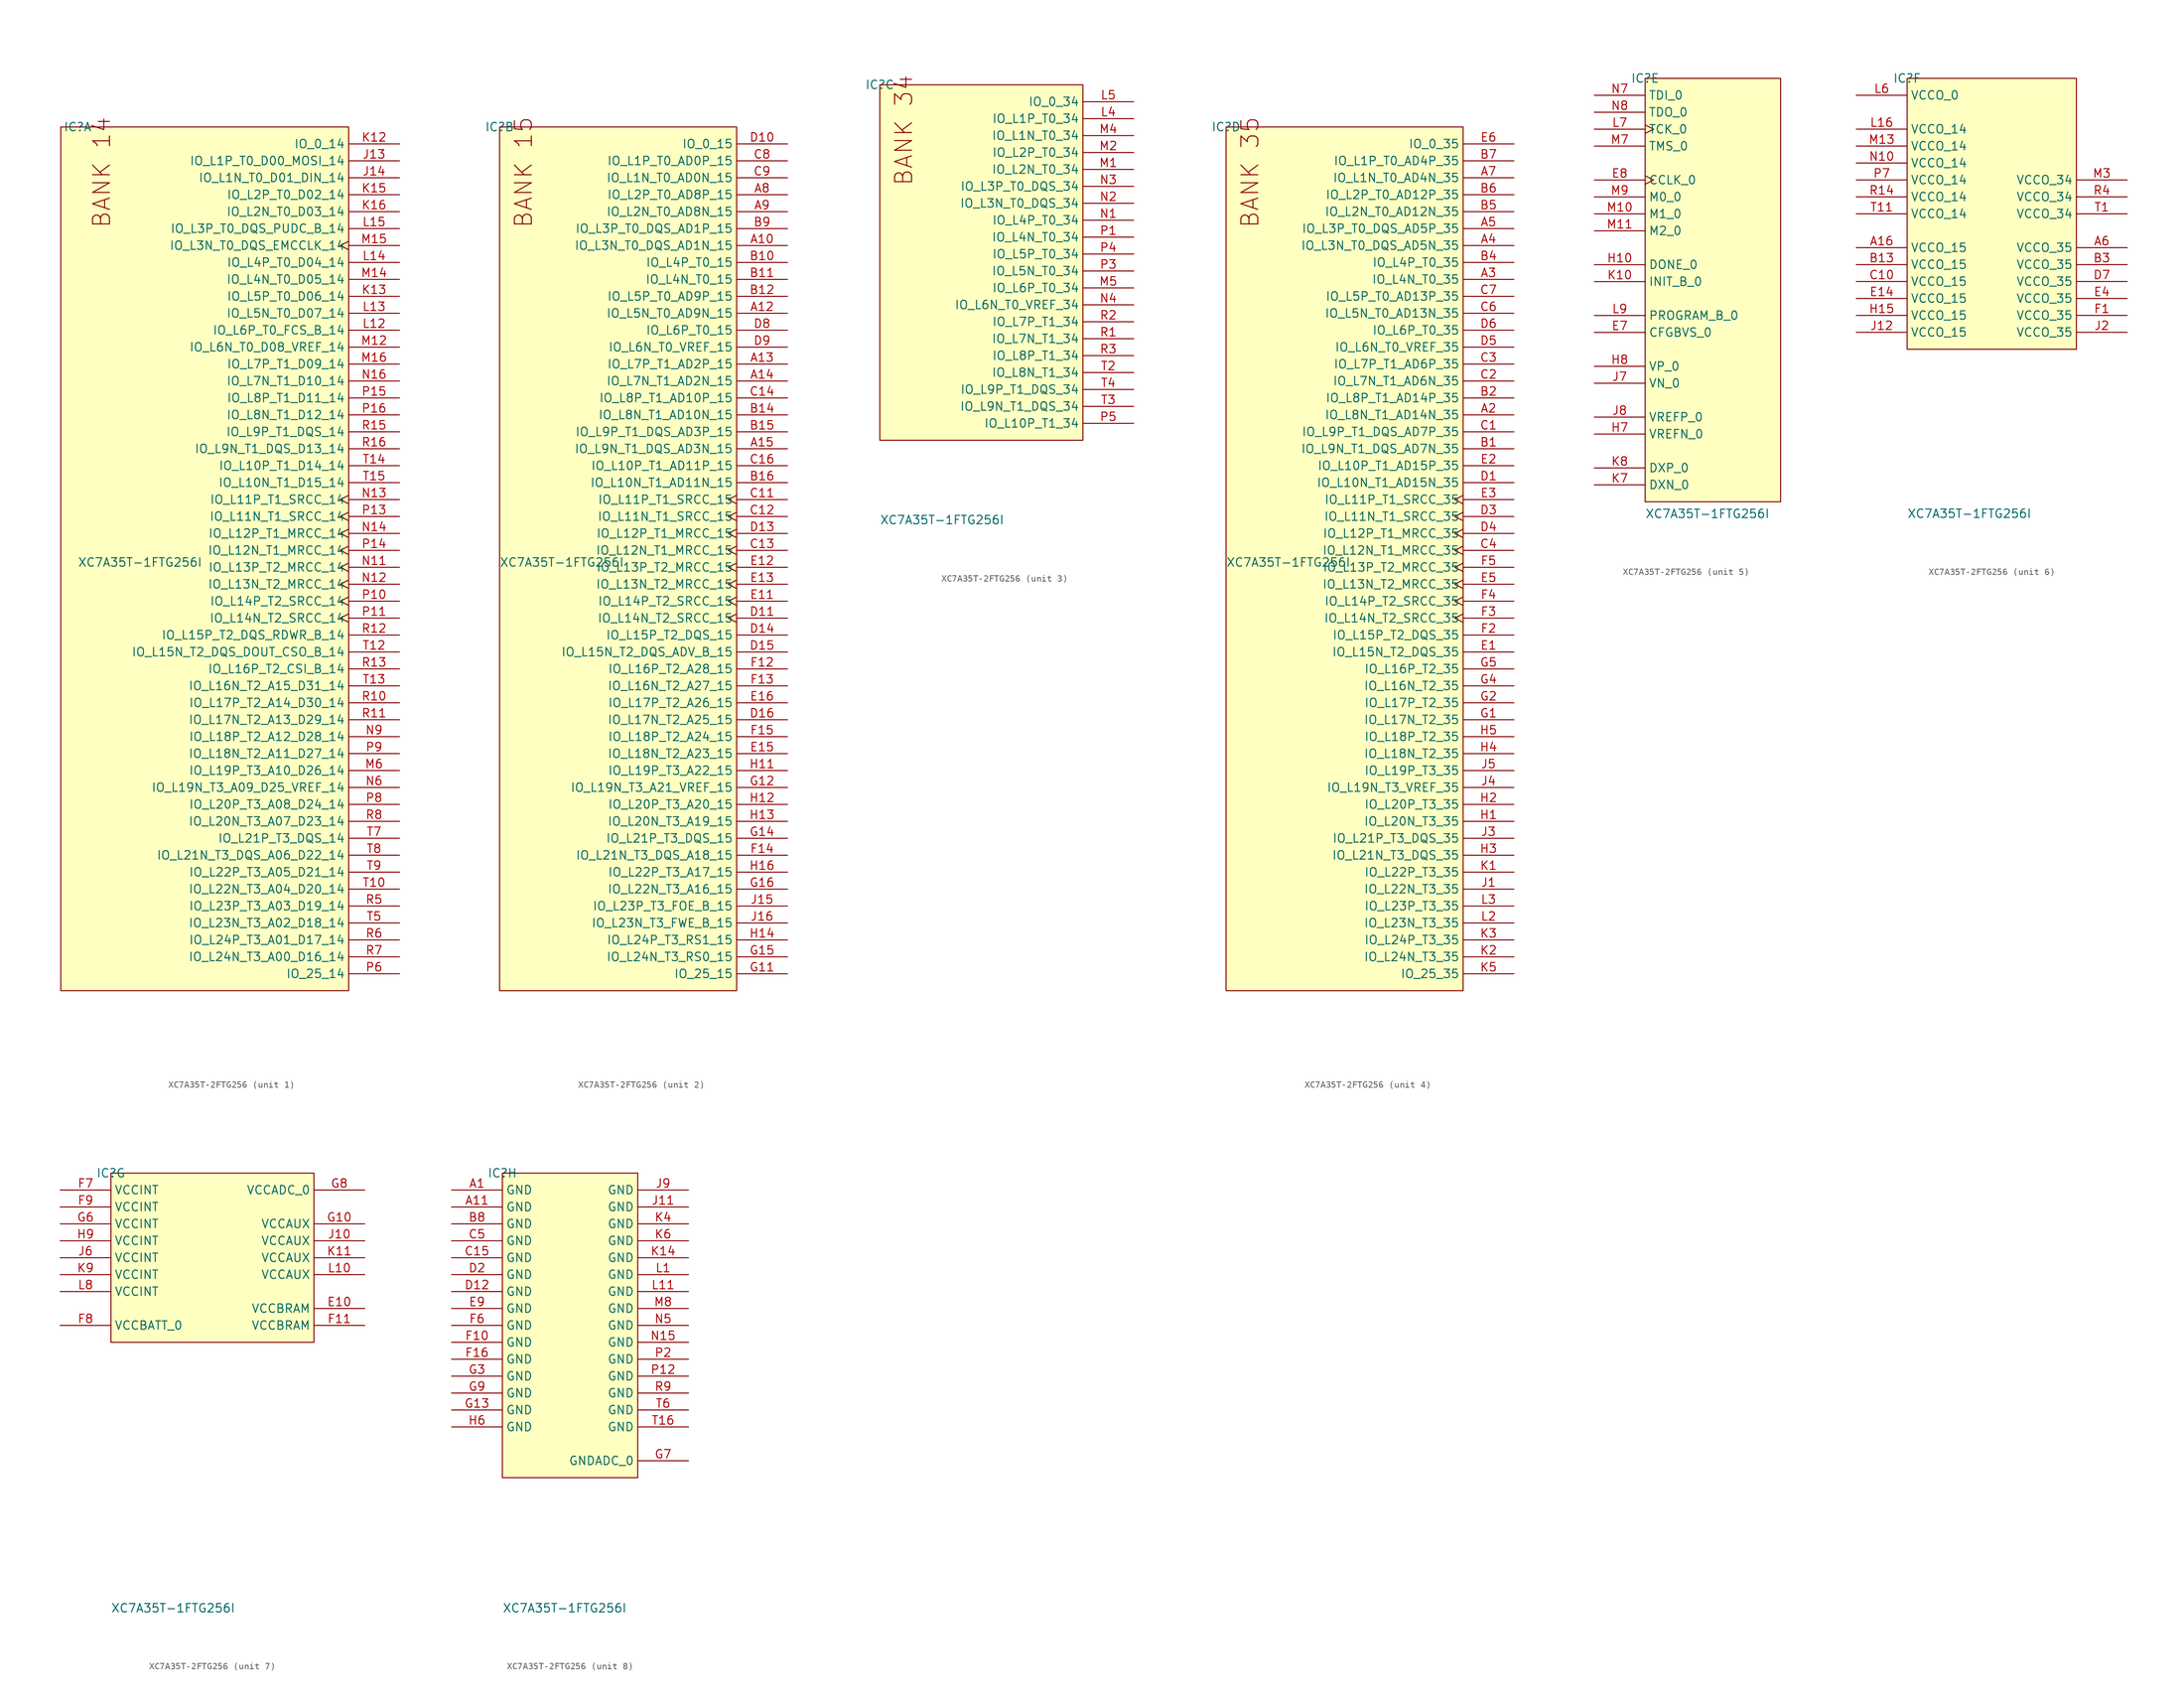
<source format=kicad_sym>
(kicad_symbol_lib
  (version 20231120)
  (generator "kicad_symbol_editor")
  (generator_version "8.0")
  (symbol "XC7A35T-2FTG256"
    (property "Reference" "IC"
      (at 0 0 0)
      (effects (font (size 1.27 1.27))))
    (property "Value" "XC7A35T-1FTG256I"
      (at 0 -66.04 0)
      (effects (font (size 1.27 1.27)) (justify left bottom)))
    (symbol "XC7A35T-2FTG256_1_0"
      (rectangle (start -2.54 0) (end 40.64 -129.54) (stroke (width 0) (type solid) (color 128 0 0 1)) (fill (type background)))
      (text "BANK 14" (at 5.08 -15.24 900) (effects (font (size 2.54 2.54)) (justify left bottom)))
      (pin bidirectional line (at 48.26 -5.08 180) (length 7.62) (name "IO_L1P_T0_D00_MOSI_14" (effects (font (size 1.27 1.27)))) (number "J13" (effects (font (size 1.27 1.27)))))
      (pin bidirectional line (at 48.26 -7.62 180) (length 7.62) (name "IO_L1N_T0_D01_DIN_14" (effects (font (size 1.27 1.27)))) (number "J14" (effects (font (size 1.27 1.27)))))
      (pin bidirectional line (at 48.26 -2.54 180) (length 7.62) (name "IO_0_14" (effects (font (size 1.27 1.27)))) (number "K12" (effects (font (size 1.27 1.27)))))
      (pin bidirectional line (at 48.26 -25.4 180) (length 7.62) (name "IO_L5P_T0_D06_14" (effects (font (size 1.27 1.27)))) (number "K13" (effects (font (size 1.27 1.27)))))
      (pin bidirectional line (at 48.26 -10.16 180) (length 7.62) (name "IO_L2P_T0_D02_14" (effects (font (size 1.27 1.27)))) (number "K15" (effects (font (size 1.27 1.27)))))
      (pin bidirectional line (at 48.26 -12.7 180) (length 7.62) (name "IO_L2N_T0_D03_14" (effects (font (size 1.27 1.27)))) (number "K16" (effects (font (size 1.27 1.27)))))
      (pin bidirectional line (at 48.26 -30.48 180) (length 7.62) (name "IO_L6P_T0_FCS_B_14" (effects (font (size 1.27 1.27)))) (number "L12" (effects (font (size 1.27 1.27)))))
      (pin bidirectional line (at 48.26 -27.94 180) (length 7.62) (name "IO_L5N_T0_D07_14" (effects (font (size 1.27 1.27)))) (number "L13" (effects (font (size 1.27 1.27)))))
      (pin bidirectional line (at 48.26 -20.32 180) (length 7.62) (name "IO_L4P_T0_D04_14" (effects (font (size 1.27 1.27)))) (number "L14" (effects (font (size 1.27 1.27)))))
      (pin bidirectional line (at 48.26 -15.24 180) (length 7.62) (name "IO_L3P_T0_DQS_PUDC_B_14" (effects (font (size 1.27 1.27)))) (number "L15" (effects (font (size 1.27 1.27)))))
      (pin bidirectional line (at 48.26 -33.02 180) (length 7.62) (name "IO_L6N_T0_D08_VREF_14" (effects (font (size 1.27 1.27)))) (number "M12" (effects (font (size 1.27 1.27)))))
      (pin bidirectional line (at 48.26 -22.86 180) (length 7.62) (name "IO_L4N_T0_D05_14" (effects (font (size 1.27 1.27)))) (number "M14" (effects (font (size 1.27 1.27)))))
      (pin bidirectional clock (at 48.26 -17.78 180) (length 7.62) (name "IO_L3N_T0_DQS_EMCCLK_14" (effects (font (size 1.27 1.27)))) (number "M15" (effects (font (size 1.27 1.27)))))
      (pin bidirectional line (at 48.26 -35.56 180) (length 7.62) (name "IO_L7P_T1_D09_14" (effects (font (size 1.27 1.27)))) (number "M16" (effects (font (size 1.27 1.27)))))
      (pin bidirectional line (at 48.26 -96.52 180) (length 7.62) (name "IO_L19P_T3_A10_D26_14" (effects (font (size 1.27 1.27)))) (number "M6" (effects (font (size 1.27 1.27)))))
      (pin bidirectional clock (at 48.26 -66.04 180) (length 7.62) (name "IO_L13P_T2_MRCC_14" (effects (font (size 1.27 1.27)))) (number "N11" (effects (font (size 1.27 1.27)))))
      (pin bidirectional clock (at 48.26 -68.58 180) (length 7.62) (name "IO_L13N_T2_MRCC_14" (effects (font (size 1.27 1.27)))) (number "N12" (effects (font (size 1.27 1.27)))))
      (pin bidirectional clock (at 48.26 -55.88 180) (length 7.62) (name "IO_L11P_T1_SRCC_14" (effects (font (size 1.27 1.27)))) (number "N13" (effects (font (size 1.27 1.27)))))
      (pin bidirectional clock (at 48.26 -60.96 180) (length 7.62) (name "IO_L12P_T1_MRCC_14" (effects (font (size 1.27 1.27)))) (number "N14" (effects (font (size 1.27 1.27)))))
      (pin bidirectional line (at 48.26 -38.1 180) (length 7.62) (name "IO_L7N_T1_D10_14" (effects (font (size 1.27 1.27)))) (number "N16" (effects (font (size 1.27 1.27)))))
      (pin bidirectional line (at 48.26 -99.06 180) (length 7.62) (name "IO_L19N_T3_A09_D25_VREF_14" (effects (font (size 1.27 1.27)))) (number "N6" (effects (font (size 1.27 1.27)))))
      (pin bidirectional line (at 48.26 -91.44 180) (length 7.62) (name "IO_L18P_T2_A12_D28_14" (effects (font (size 1.27 1.27)))) (number "N9" (effects (font (size 1.27 1.27)))))
      (pin bidirectional clock (at 48.26 -71.12 180) (length 7.62) (name "IO_L14P_T2_SRCC_14" (effects (font (size 1.27 1.27)))) (number "P10" (effects (font (size 1.27 1.27)))))
      (pin bidirectional clock (at 48.26 -73.66 180) (length 7.62) (name "IO_L14N_T2_SRCC_14" (effects (font (size 1.27 1.27)))) (number "P11" (effects (font (size 1.27 1.27)))))
      (pin bidirectional clock (at 48.26 -58.42 180) (length 7.62) (name "IO_L11N_T1_SRCC_14" (effects (font (size 1.27 1.27)))) (number "P13" (effects (font (size 1.27 1.27)))))
      (pin bidirectional clock (at 48.26 -63.5 180) (length 7.62) (name "IO_L12N_T1_MRCC_14" (effects (font (size 1.27 1.27)))) (number "P14" (effects (font (size 1.27 1.27)))))
      (pin bidirectional line (at 48.26 -40.64 180) (length 7.62) (name "IO_L8P_T1_D11_14" (effects (font (size 1.27 1.27)))) (number "P15" (effects (font (size 1.27 1.27)))))
      (pin bidirectional line (at 48.26 -43.18 180) (length 7.62) (name "IO_L8N_T1_D12_14" (effects (font (size 1.27 1.27)))) (number "P16" (effects (font (size 1.27 1.27)))))
      (pin bidirectional line (at 48.26 -127 180) (length 7.62) (name "IO_25_14" (effects (font (size 1.27 1.27)))) (number "P6" (effects (font (size 1.27 1.27)))))
      (pin bidirectional line (at 48.26 -101.6 180) (length 7.62) (name "IO_L20P_T3_A08_D24_14" (effects (font (size 1.27 1.27)))) (number "P8" (effects (font (size 1.27 1.27)))))
      (pin bidirectional line (at 48.26 -93.98 180) (length 7.62) (name "IO_L18N_T2_A11_D27_14" (effects (font (size 1.27 1.27)))) (number "P9" (effects (font (size 1.27 1.27)))))
      (pin bidirectional line (at 48.26 -86.36 180) (length 7.62) (name "IO_L17P_T2_A14_D30_14" (effects (font (size 1.27 1.27)))) (number "R10" (effects (font (size 1.27 1.27)))))
      (pin bidirectional line (at 48.26 -88.9 180) (length 7.62) (name "IO_L17N_T2_A13_D29_14" (effects (font (size 1.27 1.27)))) (number "R11" (effects (font (size 1.27 1.27)))))
      (pin bidirectional line (at 48.26 -76.2 180) (length 7.62) (name "IO_L15P_T2_DQS_RDWR_B_14" (effects (font (size 1.27 1.27)))) (number "R12" (effects (font (size 1.27 1.27)))))
      (pin bidirectional line (at 48.26 -81.28 180) (length 7.62) (name "IO_L16P_T2_CSI_B_14" (effects (font (size 1.27 1.27)))) (number "R13" (effects (font (size 1.27 1.27)))))
      (pin bidirectional line (at 48.26 -45.72 180) (length 7.62) (name "IO_L9P_T1_DQS_14" (effects (font (size 1.27 1.27)))) (number "R15" (effects (font (size 1.27 1.27)))))
      (pin bidirectional line (at 48.26 -48.26 180) (length 7.62) (name "IO_L9N_T1_DQS_D13_14" (effects (font (size 1.27 1.27)))) (number "R16" (effects (font (size 1.27 1.27)))))
      (pin bidirectional line (at 48.26 -116.84 180) (length 7.62) (name "IO_L23P_T3_A03_D19_14" (effects (font (size 1.27 1.27)))) (number "R5" (effects (font (size 1.27 1.27)))))
      (pin bidirectional line (at 48.26 -121.92 180) (length 7.62) (name "IO_L24P_T3_A01_D17_14" (effects (font (size 1.27 1.27)))) (number "R6" (effects (font (size 1.27 1.27)))))
      (pin bidirectional line (at 48.26 -124.46 180) (length 7.62) (name "IO_L24N_T3_A00_D16_14" (effects (font (size 1.27 1.27)))) (number "R7" (effects (font (size 1.27 1.27)))))
      (pin bidirectional line (at 48.26 -104.14 180) (length 7.62) (name "IO_L20N_T3_A07_D23_14" (effects (font (size 1.27 1.27)))) (number "R8" (effects (font (size 1.27 1.27)))))
      (pin bidirectional line (at 48.26 -114.3 180) (length 7.62) (name "IO_L22N_T3_A04_D20_14" (effects (font (size 1.27 1.27)))) (number "T10" (effects (font (size 1.27 1.27)))))
      (pin bidirectional line (at 48.26 -78.74 180) (length 7.62) (name "IO_L15N_T2_DQS_DOUT_CSO_B_14" (effects (font (size 1.27 1.27)))) (number "T12" (effects (font (size 1.27 1.27)))))
      (pin bidirectional line (at 48.26 -83.82 180) (length 7.62) (name "IO_L16N_T2_A15_D31_14" (effects (font (size 1.27 1.27)))) (number "T13" (effects (font (size 1.27 1.27)))))
      (pin bidirectional line (at 48.26 -50.8 180) (length 7.62) (name "IO_L10P_T1_D14_14" (effects (font (size 1.27 1.27)))) (number "T14" (effects (font (size 1.27 1.27)))))
      (pin bidirectional line (at 48.26 -53.34 180) (length 7.62) (name "IO_L10N_T1_D15_14" (effects (font (size 1.27 1.27)))) (number "T15" (effects (font (size 1.27 1.27)))))
      (pin bidirectional line (at 48.26 -119.38 180) (length 7.62) (name "IO_L23N_T3_A02_D18_14" (effects (font (size 1.27 1.27)))) (number "T5" (effects (font (size 1.27 1.27)))))
      (pin bidirectional line (at 48.26 -106.68 180) (length 7.62) (name "IO_L21P_T3_DQS_14" (effects (font (size 1.27 1.27)))) (number "T7" (effects (font (size 1.27 1.27)))))
      (pin bidirectional line (at 48.26 -109.22 180) (length 7.62) (name "IO_L21N_T3_DQS_A06_D22_14" (effects (font (size 1.27 1.27)))) (number "T8" (effects (font (size 1.27 1.27)))))
      (pin bidirectional line (at 48.26 -111.76 180) (length 7.62) (name "IO_L22P_T3_A05_D21_14" (effects (font (size 1.27 1.27)))) (number "T9" (effects (font (size 1.27 1.27))))))
    (symbol "XC7A35T-2FTG256_2_0"
      (rectangle (start 0 0) (end 35.56 -129.54) (stroke (width 0) (type solid) (color 128 0 0 1)) (fill (type background)))
      (text "BANK 15" (at 5.08 -15.24 900) (effects (font (size 2.54 2.54)) (justify left bottom)))
      (pin bidirectional line (at 43.18 -17.78 180) (length 7.62) (name "IO_L3N_T0_DQS_AD1N_15" (effects (font (size 1.27 1.27)))) (number "A10" (effects (font (size 1.27 1.27)))))
      (pin bidirectional line (at 43.18 -27.94 180) (length 7.62) (name "IO_L5N_T0_AD9N_15" (effects (font (size 1.27 1.27)))) (number "A12" (effects (font (size 1.27 1.27)))))
      (pin bidirectional line (at 43.18 -35.56 180) (length 7.62) (name "IO_L7P_T1_AD2P_15" (effects (font (size 1.27 1.27)))) (number "A13" (effects (font (size 1.27 1.27)))))
      (pin bidirectional line (at 43.18 -38.1 180) (length 7.62) (name "IO_L7N_T1_AD2N_15" (effects (font (size 1.27 1.27)))) (number "A14" (effects (font (size 1.27 1.27)))))
      (pin bidirectional line (at 43.18 -48.26 180) (length 7.62) (name "IO_L9N_T1_DQS_AD3N_15" (effects (font (size 1.27 1.27)))) (number "A15" (effects (font (size 1.27 1.27)))))
      (pin bidirectional line (at 43.18 -10.16 180) (length 7.62) (name "IO_L2P_T0_AD8P_15" (effects (font (size 1.27 1.27)))) (number "A8" (effects (font (size 1.27 1.27)))))
      (pin bidirectional line (at 43.18 -12.7 180) (length 7.62) (name "IO_L2N_T0_AD8N_15" (effects (font (size 1.27 1.27)))) (number "A9" (effects (font (size 1.27 1.27)))))
      (pin bidirectional line (at 43.18 -20.32 180) (length 7.62) (name "IO_L4P_T0_15" (effects (font (size 1.27 1.27)))) (number "B10" (effects (font (size 1.27 1.27)))))
      (pin bidirectional line (at 43.18 -22.86 180) (length 7.62) (name "IO_L4N_T0_15" (effects (font (size 1.27 1.27)))) (number "B11" (effects (font (size 1.27 1.27)))))
      (pin bidirectional line (at 43.18 -25.4 180) (length 7.62) (name "IO_L5P_T0_AD9P_15" (effects (font (size 1.27 1.27)))) (number "B12" (effects (font (size 1.27 1.27)))))
      (pin bidirectional line (at 43.18 -43.18 180) (length 7.62) (name "IO_L8N_T1_AD10N_15" (effects (font (size 1.27 1.27)))) (number "B14" (effects (font (size 1.27 1.27)))))
      (pin bidirectional line (at 43.18 -45.72 180) (length 7.62) (name "IO_L9P_T1_DQS_AD3P_15" (effects (font (size 1.27 1.27)))) (number "B15" (effects (font (size 1.27 1.27)))))
      (pin bidirectional line (at 43.18 -53.34 180) (length 7.62) (name "IO_L10N_T1_AD11N_15" (effects (font (size 1.27 1.27)))) (number "B16" (effects (font (size 1.27 1.27)))))
      (pin bidirectional line (at 43.18 -15.24 180) (length 7.62) (name "IO_L3P_T0_DQS_AD1P_15" (effects (font (size 1.27 1.27)))) (number "B9" (effects (font (size 1.27 1.27)))))
      (pin bidirectional clock (at 43.18 -55.88 180) (length 7.62) (name "IO_L11P_T1_SRCC_15" (effects (font (size 1.27 1.27)))) (number "C11" (effects (font (size 1.27 1.27)))))
      (pin bidirectional clock (at 43.18 -58.42 180) (length 7.62) (name "IO_L11N_T1_SRCC_15" (effects (font (size 1.27 1.27)))) (number "C12" (effects (font (size 1.27 1.27)))))
      (pin bidirectional clock (at 43.18 -63.5 180) (length 7.62) (name "IO_L12N_T1_MRCC_15" (effects (font (size 1.27 1.27)))) (number "C13" (effects (font (size 1.27 1.27)))))
      (pin bidirectional line (at 43.18 -40.64 180) (length 7.62) (name "IO_L8P_T1_AD10P_15" (effects (font (size 1.27 1.27)))) (number "C14" (effects (font (size 1.27 1.27)))))
      (pin bidirectional line (at 43.18 -50.8 180) (length 7.62) (name "IO_L10P_T1_AD11P_15" (effects (font (size 1.27 1.27)))) (number "C16" (effects (font (size 1.27 1.27)))))
      (pin bidirectional line (at 43.18 -5.08 180) (length 7.62) (name "IO_L1P_T0_AD0P_15" (effects (font (size 1.27 1.27)))) (number "C8" (effects (font (size 1.27 1.27)))))
      (pin bidirectional line (at 43.18 -7.62 180) (length 7.62) (name "IO_L1N_T0_AD0N_15" (effects (font (size 1.27 1.27)))) (number "C9" (effects (font (size 1.27 1.27)))))
      (pin bidirectional line (at 43.18 -2.54 180) (length 7.62) (name "IO_0_15" (effects (font (size 1.27 1.27)))) (number "D10" (effects (font (size 1.27 1.27)))))
      (pin bidirectional clock (at 43.18 -73.66 180) (length 7.62) (name "IO_L14N_T2_SRCC_15" (effects (font (size 1.27 1.27)))) (number "D11" (effects (font (size 1.27 1.27)))))
      (pin bidirectional clock (at 43.18 -60.96 180) (length 7.62) (name "IO_L12P_T1_MRCC_15" (effects (font (size 1.27 1.27)))) (number "D13" (effects (font (size 1.27 1.27)))))
      (pin bidirectional line (at 43.18 -76.2 180) (length 7.62) (name "IO_L15P_T2_DQS_15" (effects (font (size 1.27 1.27)))) (number "D14" (effects (font (size 1.27 1.27)))))
      (pin bidirectional line (at 43.18 -78.74 180) (length 7.62) (name "IO_L15N_T2_DQS_ADV_B_15" (effects (font (size 1.27 1.27)))) (number "D15" (effects (font (size 1.27 1.27)))))
      (pin bidirectional line (at 43.18 -88.9 180) (length 7.62) (name "IO_L17N_T2_A25_15" (effects (font (size 1.27 1.27)))) (number "D16" (effects (font (size 1.27 1.27)))))
      (pin bidirectional line (at 43.18 -30.48 180) (length 7.62) (name "IO_L6P_T0_15" (effects (font (size 1.27 1.27)))) (number "D8" (effects (font (size 1.27 1.27)))))
      (pin bidirectional line (at 43.18 -33.02 180) (length 7.62) (name "IO_L6N_T0_VREF_15" (effects (font (size 1.27 1.27)))) (number "D9" (effects (font (size 1.27 1.27)))))
      (pin bidirectional clock (at 43.18 -71.12 180) (length 7.62) (name "IO_L14P_T2_SRCC_15" (effects (font (size 1.27 1.27)))) (number "E11" (effects (font (size 1.27 1.27)))))
      (pin bidirectional clock (at 43.18 -66.04 180) (length 7.62) (name "IO_L13P_T2_MRCC_15" (effects (font (size 1.27 1.27)))) (number "E12" (effects (font (size 1.27 1.27)))))
      (pin bidirectional clock (at 43.18 -68.58 180) (length 7.62) (name "IO_L13N_T2_MRCC_15" (effects (font (size 1.27 1.27)))) (number "E13" (effects (font (size 1.27 1.27)))))
      (pin bidirectional line (at 43.18 -93.98 180) (length 7.62) (name "IO_L18N_T2_A23_15" (effects (font (size 1.27 1.27)))) (number "E15" (effects (font (size 1.27 1.27)))))
      (pin bidirectional line (at 43.18 -86.36 180) (length 7.62) (name "IO_L17P_T2_A26_15" (effects (font (size 1.27 1.27)))) (number "E16" (effects (font (size 1.27 1.27)))))
      (pin bidirectional line (at 43.18 -81.28 180) (length 7.62) (name "IO_L16P_T2_A28_15" (effects (font (size 1.27 1.27)))) (number "F12" (effects (font (size 1.27 1.27)))))
      (pin bidirectional line (at 43.18 -83.82 180) (length 7.62) (name "IO_L16N_T2_A27_15" (effects (font (size 1.27 1.27)))) (number "F13" (effects (font (size 1.27 1.27)))))
      (pin bidirectional line (at 43.18 -109.22 180) (length 7.62) (name "IO_L21N_T3_DQS_A18_15" (effects (font (size 1.27 1.27)))) (number "F14" (effects (font (size 1.27 1.27)))))
      (pin bidirectional line (at 43.18 -91.44 180) (length 7.62) (name "IO_L18P_T2_A24_15" (effects (font (size 1.27 1.27)))) (number "F15" (effects (font (size 1.27 1.27)))))
      (pin bidirectional line (at 43.18 -127 180) (length 7.62) (name "IO_25_15" (effects (font (size 1.27 1.27)))) (number "G11" (effects (font (size 1.27 1.27)))))
      (pin bidirectional line (at 43.18 -99.06 180) (length 7.62) (name "IO_L19N_T3_A21_VREF_15" (effects (font (size 1.27 1.27)))) (number "G12" (effects (font (size 1.27 1.27)))))
      (pin bidirectional line (at 43.18 -106.68 180) (length 7.62) (name "IO_L21P_T3_DQS_15" (effects (font (size 1.27 1.27)))) (number "G14" (effects (font (size 1.27 1.27)))))
      (pin bidirectional line (at 43.18 -124.46 180) (length 7.62) (name "IO_L24N_T3_RS0_15" (effects (font (size 1.27 1.27)))) (number "G15" (effects (font (size 1.27 1.27)))))
      (pin bidirectional line (at 43.18 -114.3 180) (length 7.62) (name "IO_L22N_T3_A16_15" (effects (font (size 1.27 1.27)))) (number "G16" (effects (font (size 1.27 1.27)))))
      (pin bidirectional line (at 43.18 -96.52 180) (length 7.62) (name "IO_L19P_T3_A22_15" (effects (font (size 1.27 1.27)))) (number "H11" (effects (font (size 1.27 1.27)))))
      (pin bidirectional line (at 43.18 -101.6 180) (length 7.62) (name "IO_L20P_T3_A20_15" (effects (font (size 1.27 1.27)))) (number "H12" (effects (font (size 1.27 1.27)))))
      (pin bidirectional line (at 43.18 -104.14 180) (length 7.62) (name "IO_L20N_T3_A19_15" (effects (font (size 1.27 1.27)))) (number "H13" (effects (font (size 1.27 1.27)))))
      (pin bidirectional line (at 43.18 -121.92 180) (length 7.62) (name "IO_L24P_T3_RS1_15" (effects (font (size 1.27 1.27)))) (number "H14" (effects (font (size 1.27 1.27)))))
      (pin bidirectional line (at 43.18 -111.76 180) (length 7.62) (name "IO_L22P_T3_A17_15" (effects (font (size 1.27 1.27)))) (number "H16" (effects (font (size 1.27 1.27)))))
      (pin bidirectional line (at 43.18 -116.84 180) (length 7.62) (name "IO_L23P_T3_FOE_B_15" (effects (font (size 1.27 1.27)))) (number "J15" (effects (font (size 1.27 1.27)))))
      (pin bidirectional line (at 43.18 -119.38 180) (length 7.62) (name "IO_L23N_T3_FWE_B_15" (effects (font (size 1.27 1.27)))) (number "J16" (effects (font (size 1.27 1.27))))))
    (symbol "XC7A35T-2FTG256_3_0"
      (rectangle (start 0 0) (end 30.48 -53.34) (stroke (width 0) (type solid) (color 128 0 0 1)) (fill (type background)))
      (text "BANK 34" (at 5.08 -15.24 900) (effects (font (size 2.54 2.54)) (justify left bottom)))
      (pin bidirectional line (at 38.1 -5.08 180) (length 7.62) (name "IO_L1P_T0_34" (effects (font (size 1.27 1.27)))) (number "L4" (effects (font (size 1.27 1.27)))))
      (pin bidirectional line (at 38.1 -2.54 180) (length 7.62) (name "IO_0_34" (effects (font (size 1.27 1.27)))) (number "L5" (effects (font (size 1.27 1.27)))))
      (pin bidirectional line (at 38.1 -12.7 180) (length 7.62) (name "IO_L2N_T0_34" (effects (font (size 1.27 1.27)))) (number "M1" (effects (font (size 1.27 1.27)))))
      (pin bidirectional line (at 38.1 -10.16 180) (length 7.62) (name "IO_L2P_T0_34" (effects (font (size 1.27 1.27)))) (number "M2" (effects (font (size 1.27 1.27)))))
      (pin bidirectional line (at 38.1 -7.62 180) (length 7.62) (name "IO_L1N_T0_34" (effects (font (size 1.27 1.27)))) (number "M4" (effects (font (size 1.27 1.27)))))
      (pin bidirectional line (at 38.1 -30.48 180) (length 7.62) (name "IO_L6P_T0_34" (effects (font (size 1.27 1.27)))) (number "M5" (effects (font (size 1.27 1.27)))))
      (pin bidirectional line (at 38.1 -20.32 180) (length 7.62) (name "IO_L4P_T0_34" (effects (font (size 1.27 1.27)))) (number "N1" (effects (font (size 1.27 1.27)))))
      (pin bidirectional line (at 38.1 -17.78 180) (length 7.62) (name "IO_L3N_T0_DQS_34" (effects (font (size 1.27 1.27)))) (number "N2" (effects (font (size 1.27 1.27)))))
      (pin bidirectional line (at 38.1 -15.24 180) (length 7.62) (name "IO_L3P_T0_DQS_34" (effects (font (size 1.27 1.27)))) (number "N3" (effects (font (size 1.27 1.27)))))
      (pin bidirectional line (at 38.1 -33.02 180) (length 7.62) (name "IO_L6N_T0_VREF_34" (effects (font (size 1.27 1.27)))) (number "N4" (effects (font (size 1.27 1.27)))))
      (pin bidirectional line (at 38.1 -22.86 180) (length 7.62) (name "IO_L4N_T0_34" (effects (font (size 1.27 1.27)))) (number "P1" (effects (font (size 1.27 1.27)))))
      (pin bidirectional line (at 38.1 -27.94 180) (length 7.62) (name "IO_L5N_T0_34" (effects (font (size 1.27 1.27)))) (number "P3" (effects (font (size 1.27 1.27)))))
      (pin bidirectional line (at 38.1 -25.4 180) (length 7.62) (name "IO_L5P_T0_34" (effects (font (size 1.27 1.27)))) (number "P4" (effects (font (size 1.27 1.27)))))
      (pin bidirectional line (at 38.1 -50.8 180) (length 7.62) (name "IO_L10P_T1_34" (effects (font (size 1.27 1.27)))) (number "P5" (effects (font (size 1.27 1.27)))))
      (pin bidirectional line (at 38.1 -38.1 180) (length 7.62) (name "IO_L7N_T1_34" (effects (font (size 1.27 1.27)))) (number "R1" (effects (font (size 1.27 1.27)))))
      (pin bidirectional line (at 38.1 -35.56 180) (length 7.62) (name "IO_L7P_T1_34" (effects (font (size 1.27 1.27)))) (number "R2" (effects (font (size 1.27 1.27)))))
      (pin bidirectional line (at 38.1 -40.64 180) (length 7.62) (name "IO_L8P_T1_34" (effects (font (size 1.27 1.27)))) (number "R3" (effects (font (size 1.27 1.27)))))
      (pin bidirectional line (at 38.1 -43.18 180) (length 7.62) (name "IO_L8N_T1_34" (effects (font (size 1.27 1.27)))) (number "T2" (effects (font (size 1.27 1.27)))))
      (pin bidirectional line (at 38.1 -48.26 180) (length 7.62) (name "IO_L9N_T1_DQS_34" (effects (font (size 1.27 1.27)))) (number "T3" (effects (font (size 1.27 1.27)))))
      (pin bidirectional line (at 38.1 -45.72 180) (length 7.62) (name "IO_L9P_T1_DQS_34" (effects (font (size 1.27 1.27)))) (number "T4" (effects (font (size 1.27 1.27))))))
    (symbol "XC7A35T-2FTG256_4_0"
      (rectangle (start 0 0) (end 35.56 -129.54) (stroke (width 0) (type solid) (color 128 0 0 1)) (fill (type background)))
      (text "BANK 35" (at 5.08 -15.24 900) (effects (font (size 2.54 2.54)) (justify left bottom)))
      (pin bidirectional line (at 43.18 -43.18 180) (length 7.62) (name "IO_L8N_T1_AD14N_35" (effects (font (size 1.27 1.27)))) (number "A2" (effects (font (size 1.27 1.27)))))
      (pin bidirectional line (at 43.18 -22.86 180) (length 7.62) (name "IO_L4N_T0_35" (effects (font (size 1.27 1.27)))) (number "A3" (effects (font (size 1.27 1.27)))))
      (pin bidirectional line (at 43.18 -17.78 180) (length 7.62) (name "IO_L3N_T0_DQS_AD5N_35" (effects (font (size 1.27 1.27)))) (number "A4" (effects (font (size 1.27 1.27)))))
      (pin bidirectional line (at 43.18 -15.24 180) (length 7.62) (name "IO_L3P_T0_DQS_AD5P_35" (effects (font (size 1.27 1.27)))) (number "A5" (effects (font (size 1.27 1.27)))))
      (pin bidirectional line (at 43.18 -7.62 180) (length 7.62) (name "IO_L1N_T0_AD4N_35" (effects (font (size 1.27 1.27)))) (number "A7" (effects (font (size 1.27 1.27)))))
      (pin bidirectional line (at 43.18 -48.26 180) (length 7.62) (name "IO_L9N_T1_DQS_AD7N_35" (effects (font (size 1.27 1.27)))) (number "B1" (effects (font (size 1.27 1.27)))))
      (pin bidirectional line (at 43.18 -40.64 180) (length 7.62) (name "IO_L8P_T1_AD14P_35" (effects (font (size 1.27 1.27)))) (number "B2" (effects (font (size 1.27 1.27)))))
      (pin bidirectional line (at 43.18 -20.32 180) (length 7.62) (name "IO_L4P_T0_35" (effects (font (size 1.27 1.27)))) (number "B4" (effects (font (size 1.27 1.27)))))
      (pin bidirectional line (at 43.18 -12.7 180) (length 7.62) (name "IO_L2N_T0_AD12N_35" (effects (font (size 1.27 1.27)))) (number "B5" (effects (font (size 1.27 1.27)))))
      (pin bidirectional line (at 43.18 -10.16 180) (length 7.62) (name "IO_L2P_T0_AD12P_35" (effects (font (size 1.27 1.27)))) (number "B6" (effects (font (size 1.27 1.27)))))
      (pin bidirectional line (at 43.18 -5.08 180) (length 7.62) (name "IO_L1P_T0_AD4P_35" (effects (font (size 1.27 1.27)))) (number "B7" (effects (font (size 1.27 1.27)))))
      (pin bidirectional line (at 43.18 -45.72 180) (length 7.62) (name "IO_L9P_T1_DQS_AD7P_35" (effects (font (size 1.27 1.27)))) (number "C1" (effects (font (size 1.27 1.27)))))
      (pin bidirectional line (at 43.18 -38.1 180) (length 7.62) (name "IO_L7N_T1_AD6N_35" (effects (font (size 1.27 1.27)))) (number "C2" (effects (font (size 1.27 1.27)))))
      (pin bidirectional line (at 43.18 -35.56 180) (length 7.62) (name "IO_L7P_T1_AD6P_35" (effects (font (size 1.27 1.27)))) (number "C3" (effects (font (size 1.27 1.27)))))
      (pin bidirectional clock (at 43.18 -63.5 180) (length 7.62) (name "IO_L12N_T1_MRCC_35" (effects (font (size 1.27 1.27)))) (number "C4" (effects (font (size 1.27 1.27)))))
      (pin bidirectional line (at 43.18 -27.94 180) (length 7.62) (name "IO_L5N_T0_AD13N_35" (effects (font (size 1.27 1.27)))) (number "C6" (effects (font (size 1.27 1.27)))))
      (pin bidirectional line (at 43.18 -25.4 180) (length 7.62) (name "IO_L5P_T0_AD13P_35" (effects (font (size 1.27 1.27)))) (number "C7" (effects (font (size 1.27 1.27)))))
      (pin bidirectional line (at 43.18 -53.34 180) (length 7.62) (name "IO_L10N_T1_AD15N_35" (effects (font (size 1.27 1.27)))) (number "D1" (effects (font (size 1.27 1.27)))))
      (pin bidirectional clock (at 43.18 -58.42 180) (length 7.62) (name "IO_L11N_T1_SRCC_35" (effects (font (size 1.27 1.27)))) (number "D3" (effects (font (size 1.27 1.27)))))
      (pin bidirectional clock (at 43.18 -60.96 180) (length 7.62) (name "IO_L12P_T1_MRCC_35" (effects (font (size 1.27 1.27)))) (number "D4" (effects (font (size 1.27 1.27)))))
      (pin bidirectional line (at 43.18 -33.02 180) (length 7.62) (name "IO_L6N_T0_VREF_35" (effects (font (size 1.27 1.27)))) (number "D5" (effects (font (size 1.27 1.27)))))
      (pin bidirectional line (at 43.18 -30.48 180) (length 7.62) (name "IO_L6P_T0_35" (effects (font (size 1.27 1.27)))) (number "D6" (effects (font (size 1.27 1.27)))))
      (pin bidirectional line (at 43.18 -78.74 180) (length 7.62) (name "IO_L15N_T2_DQS_35" (effects (font (size 1.27 1.27)))) (number "E1" (effects (font (size 1.27 1.27)))))
      (pin bidirectional line (at 43.18 -50.8 180) (length 7.62) (name "IO_L10P_T1_AD15P_35" (effects (font (size 1.27 1.27)))) (number "E2" (effects (font (size 1.27 1.27)))))
      (pin bidirectional clock (at 43.18 -55.88 180) (length 7.62) (name "IO_L11P_T1_SRCC_35" (effects (font (size 1.27 1.27)))) (number "E3" (effects (font (size 1.27 1.27)))))
      (pin bidirectional clock (at 43.18 -68.58 180) (length 7.62) (name "IO_L13N_T2_MRCC_35" (effects (font (size 1.27 1.27)))) (number "E5" (effects (font (size 1.27 1.27)))))
      (pin bidirectional line (at 43.18 -2.54 180) (length 7.62) (name "IO_0_35" (effects (font (size 1.27 1.27)))) (number "E6" (effects (font (size 1.27 1.27)))))
      (pin bidirectional line (at 43.18 -76.2 180) (length 7.62) (name "IO_L15P_T2_DQS_35" (effects (font (size 1.27 1.27)))) (number "F2" (effects (font (size 1.27 1.27)))))
      (pin bidirectional clock (at 43.18 -73.66 180) (length 7.62) (name "IO_L14N_T2_SRCC_35" (effects (font (size 1.27 1.27)))) (number "F3" (effects (font (size 1.27 1.27)))))
      (pin bidirectional clock (at 43.18 -71.12 180) (length 7.62) (name "IO_L14P_T2_SRCC_35" (effects (font (size 1.27 1.27)))) (number "F4" (effects (font (size 1.27 1.27)))))
      (pin bidirectional clock (at 43.18 -66.04 180) (length 7.62) (name "IO_L13P_T2_MRCC_35" (effects (font (size 1.27 1.27)))) (number "F5" (effects (font (size 1.27 1.27)))))
      (pin bidirectional line (at 43.18 -88.9 180) (length 7.62) (name "IO_L17N_T2_35" (effects (font (size 1.27 1.27)))) (number "G1" (effects (font (size 1.27 1.27)))))
      (pin bidirectional line (at 43.18 -86.36 180) (length 7.62) (name "IO_L17P_T2_35" (effects (font (size 1.27 1.27)))) (number "G2" (effects (font (size 1.27 1.27)))))
      (pin bidirectional line (at 43.18 -83.82 180) (length 7.62) (name "IO_L16N_T2_35" (effects (font (size 1.27 1.27)))) (number "G4" (effects (font (size 1.27 1.27)))))
      (pin bidirectional line (at 43.18 -81.28 180) (length 7.62) (name "IO_L16P_T2_35" (effects (font (size 1.27 1.27)))) (number "G5" (effects (font (size 1.27 1.27)))))
      (pin bidirectional line (at 43.18 -104.14 180) (length 7.62) (name "IO_L20N_T3_35" (effects (font (size 1.27 1.27)))) (number "H1" (effects (font (size 1.27 1.27)))))
      (pin bidirectional line (at 43.18 -101.6 180) (length 7.62) (name "IO_L20P_T3_35" (effects (font (size 1.27 1.27)))) (number "H2" (effects (font (size 1.27 1.27)))))
      (pin bidirectional line (at 43.18 -109.22 180) (length 7.62) (name "IO_L21N_T3_DQS_35" (effects (font (size 1.27 1.27)))) (number "H3" (effects (font (size 1.27 1.27)))))
      (pin bidirectional line (at 43.18 -93.98 180) (length 7.62) (name "IO_L18N_T2_35" (effects (font (size 1.27 1.27)))) (number "H4" (effects (font (size 1.27 1.27)))))
      (pin bidirectional line (at 43.18 -91.44 180) (length 7.62) (name "IO_L18P_T2_35" (effects (font (size 1.27 1.27)))) (number "H5" (effects (font (size 1.27 1.27)))))
      (pin bidirectional line (at 43.18 -114.3 180) (length 7.62) (name "IO_L22N_T3_35" (effects (font (size 1.27 1.27)))) (number "J1" (effects (font (size 1.27 1.27)))))
      (pin bidirectional line (at 43.18 -106.68 180) (length 7.62) (name "IO_L21P_T3_DQS_35" (effects (font (size 1.27 1.27)))) (number "J3" (effects (font (size 1.27 1.27)))))
      (pin bidirectional line (at 43.18 -99.06 180) (length 7.62) (name "IO_L19N_T3_VREF_35" (effects (font (size 1.27 1.27)))) (number "J4" (effects (font (size 1.27 1.27)))))
      (pin bidirectional line (at 43.18 -96.52 180) (length 7.62) (name "IO_L19P_T3_35" (effects (font (size 1.27 1.27)))) (number "J5" (effects (font (size 1.27 1.27)))))
      (pin bidirectional line (at 43.18 -111.76 180) (length 7.62) (name "IO_L22P_T3_35" (effects (font (size 1.27 1.27)))) (number "K1" (effects (font (size 1.27 1.27)))))
      (pin bidirectional line (at 43.18 -124.46 180) (length 7.62) (name "IO_L24N_T3_35" (effects (font (size 1.27 1.27)))) (number "K2" (effects (font (size 1.27 1.27)))))
      (pin bidirectional line (at 43.18 -121.92 180) (length 7.62) (name "IO_L24P_T3_35" (effects (font (size 1.27 1.27)))) (number "K3" (effects (font (size 1.27 1.27)))))
      (pin bidirectional line (at 43.18 -127 180) (length 7.62) (name "IO_25_35" (effects (font (size 1.27 1.27)))) (number "K5" (effects (font (size 1.27 1.27)))))
      (pin bidirectional line (at 43.18 -119.38 180) (length 7.62) (name "IO_L23N_T3_35" (effects (font (size 1.27 1.27)))) (number "L2" (effects (font (size 1.27 1.27)))))
      (pin bidirectional line (at 43.18 -116.84 180) (length 7.62) (name "IO_L23P_T3_35" (effects (font (size 1.27 1.27)))) (number "L3" (effects (font (size 1.27 1.27))))))
    (symbol "XC7A35T-2FTG256_5_0"
      (rectangle (start 0 0) (end 20.32 -63.5) (stroke (width 0) (type solid) (color 128 0 0 1)) (fill (type background)))
      (pin input line (at -7.62 -38.1 0) (length 7.62) (name "CFGBVS_0" (effects (font (size 1.27 1.27)))) (number "E7" (effects (font (size 1.27 1.27)))))
      (pin bidirectional clock (at -7.62 -15.24 0) (length 7.62) (name "CCLK_0" (effects (font (size 1.27 1.27)))) (number "E8" (effects (font (size 1.27 1.27)))))
      (pin bidirectional line (at -7.62 -27.94 0) (length 7.62) (name "DONE_0" (effects (font (size 1.27 1.27)))) (number "H10" (effects (font (size 1.27 1.27)))))
      (pin input line (at -7.62 -53.34 0) (length 7.62) (name "VREFN_0" (effects (font (size 1.27 1.27)))) (number "H7" (effects (font (size 1.27 1.27)))))
      (pin input line (at -7.62 -43.18 0) (length 7.62) (name "VP_0" (effects (font (size 1.27 1.27)))) (number "H8" (effects (font (size 1.27 1.27)))))
      (pin input line (at -7.62 -45.72 0) (length 7.62) (name "VN_0" (effects (font (size 1.27 1.27)))) (number "J7" (effects (font (size 1.27 1.27)))))
      (pin input line (at -7.62 -50.8 0) (length 7.62) (name "VREFP_0" (effects (font (size 1.27 1.27)))) (number "J8" (effects (font (size 1.27 1.27)))))
      (pin bidirectional line (at -7.62 -30.48 0) (length 7.62) (name "INIT_B_0" (effects (font (size 1.27 1.27)))) (number "K10" (effects (font (size 1.27 1.27)))))
      (pin input line (at -7.62 -60.96 0) (length 7.62) (name "DXN_0" (effects (font (size 1.27 1.27)))) (number "K7" (effects (font (size 1.27 1.27)))))
      (pin input line (at -7.62 -58.42 0) (length 7.62) (name "DXP_0" (effects (font (size 1.27 1.27)))) (number "K8" (effects (font (size 1.27 1.27)))))
      (pin input clock (at -7.62 -7.62 0) (length 7.62) (name "TCK_0" (effects (font (size 1.27 1.27)))) (number "L7" (effects (font (size 1.27 1.27)))))
      (pin input line (at -7.62 -35.56 0) (length 7.62) (name "PROGRAM_B_0" (effects (font (size 1.27 1.27)))) (number "L9" (effects (font (size 1.27 1.27)))))
      (pin input line (at -7.62 -20.32 0) (length 7.62) (name "M1_0" (effects (font (size 1.27 1.27)))) (number "M10" (effects (font (size 1.27 1.27)))))
      (pin input line (at -7.62 -22.86 0) (length 7.62) (name "M2_0" (effects (font (size 1.27 1.27)))) (number "M11" (effects (font (size 1.27 1.27)))))
      (pin input line (at -7.62 -10.16 0) (length 7.62) (name "TMS_0" (effects (font (size 1.27 1.27)))) (number "M7" (effects (font (size 1.27 1.27)))))
      (pin input line (at -7.62 -17.78 0) (length 7.62) (name "M0_0" (effects (font (size 1.27 1.27)))) (number "M9" (effects (font (size 1.27 1.27)))))
      (pin input line (at -7.62 -2.54 0) (length 7.62) (name "TDI_0" (effects (font (size 1.27 1.27)))) (number "N7" (effects (font (size 1.27 1.27)))))
      (pin output line (at -7.62 -5.08 0) (length 7.62) (name "TDO_0" (effects (font (size 1.27 1.27)))) (number "N8" (effects (font (size 1.27 1.27))))))
    (symbol "XC7A35T-2FTG256_6_0"
      (rectangle (start 0 0) (end 25.4 -40.64) (stroke (width 0) (type solid) (color 128 0 0 1)) (fill (type background)))
      (pin power_in line (at -7.62 -25.4 0) (length 7.62) (name "VCCO_15" (effects (font (size 1.27 1.27)))) (number "A16" (effects (font (size 1.27 1.27)))))
      (pin power_in line (at 33.02 -25.4 180) (length 7.62) (name "VCCO_35" (effects (font (size 1.27 1.27)))) (number "A6" (effects (font (size 1.27 1.27)))))
      (pin power_in line (at -7.62 -27.94 0) (length 7.62) (name "VCCO_15" (effects (font (size 1.27 1.27)))) (number "B13" (effects (font (size 1.27 1.27)))))
      (pin power_in line (at 33.02 -27.94 180) (length 7.62) (name "VCCO_35" (effects (font (size 1.27 1.27)))) (number "B3" (effects (font (size 1.27 1.27)))))
      (pin power_in line (at -7.62 -30.48 0) (length 7.62) (name "VCCO_15" (effects (font (size 1.27 1.27)))) (number "C10" (effects (font (size 1.27 1.27)))))
      (pin power_in line (at 33.02 -30.48 180) (length 7.62) (name "VCCO_35" (effects (font (size 1.27 1.27)))) (number "D7" (effects (font (size 1.27 1.27)))))
      (pin power_in line (at -7.62 -33.02 0) (length 7.62) (name "VCCO_15" (effects (font (size 1.27 1.27)))) (number "E14" (effects (font (size 1.27 1.27)))))
      (pin power_in line (at 33.02 -33.02 180) (length 7.62) (name "VCCO_35" (effects (font (size 1.27 1.27)))) (number "E4" (effects (font (size 1.27 1.27)))))
      (pin power_in line (at 33.02 -35.56 180) (length 7.62) (name "VCCO_35" (effects (font (size 1.27 1.27)))) (number "F1" (effects (font (size 1.27 1.27)))))
      (pin power_in line (at -7.62 -35.56 0) (length 7.62) (name "VCCO_15" (effects (font (size 1.27 1.27)))) (number "H15" (effects (font (size 1.27 1.27)))))
      (pin power_in line (at -7.62 -38.1 0) (length 7.62) (name "VCCO_15" (effects (font (size 1.27 1.27)))) (number "J12" (effects (font (size 1.27 1.27)))))
      (pin power_in line (at 33.02 -38.1 180) (length 7.62) (name "VCCO_35" (effects (font (size 1.27 1.27)))) (number "J2" (effects (font (size 1.27 1.27)))))
      (pin power_in line (at -7.62 -7.62 0) (length 7.62) (name "VCCO_14" (effects (font (size 1.27 1.27)))) (number "L16" (effects (font (size 1.27 1.27)))))
      (pin power_in line (at -7.62 -2.54 0) (length 7.62) (name "VCCO_0" (effects (font (size 1.27 1.27)))) (number "L6" (effects (font (size 1.27 1.27)))))
      (pin power_in line (at -7.62 -10.16 0) (length 7.62) (name "VCCO_14" (effects (font (size 1.27 1.27)))) (number "M13" (effects (font (size 1.27 1.27)))))
      (pin power_in line (at 33.02 -15.24 180) (length 7.62) (name "VCCO_34" (effects (font (size 1.27 1.27)))) (number "M3" (effects (font (size 1.27 1.27)))))
      (pin power_in line (at -7.62 -12.7 0) (length 7.62) (name "VCCO_14" (effects (font (size 1.27 1.27)))) (number "N10" (effects (font (size 1.27 1.27)))))
      (pin power_in line (at -7.62 -15.24 0) (length 7.62) (name "VCCO_14" (effects (font (size 1.27 1.27)))) (number "P7" (effects (font (size 1.27 1.27)))))
      (pin power_in line (at -7.62 -17.78 0) (length 7.62) (name "VCCO_14" (effects (font (size 1.27 1.27)))) (number "R14" (effects (font (size 1.27 1.27)))))
      (pin power_in line (at 33.02 -17.78 180) (length 7.62) (name "VCCO_34" (effects (font (size 1.27 1.27)))) (number "R4" (effects (font (size 1.27 1.27)))))
      (pin power_in line (at 33.02 -20.32 180) (length 7.62) (name "VCCO_34" (effects (font (size 1.27 1.27)))) (number "T1" (effects (font (size 1.27 1.27)))))
      (pin power_in line (at -7.62 -20.32 0) (length 7.62) (name "VCCO_14" (effects (font (size 1.27 1.27)))) (number "T11" (effects (font (size 1.27 1.27))))))
    (symbol "XC7A35T-2FTG256_7_0"
      (rectangle (start 0 0) (end 30.48 -25.4) (stroke (width 0) (type solid) (color 128 0 0 1)) (fill (type background)))
      (pin power_in line (at 38.1 -20.32 180) (length 7.62) (name "VCCBRAM" (effects (font (size 1.27 1.27)))) (number "E10" (effects (font (size 1.27 1.27)))))
      (pin power_in line (at 38.1 -22.86 180) (length 7.62) (name "VCCBRAM" (effects (font (size 1.27 1.27)))) (number "F11" (effects (font (size 1.27 1.27)))))
      (pin power_in line (at -7.62 -2.54 0) (length 7.62) (name "VCCINT" (effects (font (size 1.27 1.27)))) (number "F7" (effects (font (size 1.27 1.27)))))
      (pin power_in line (at -7.62 -22.86 0) (length 7.62) (name "VCCBATT_0" (effects (font (size 1.27 1.27)))) (number "F8" (effects (font (size 1.27 1.27)))))
      (pin power_in line (at -7.62 -5.08 0) (length 7.62) (name "VCCINT" (effects (font (size 1.27 1.27)))) (number "F9" (effects (font (size 1.27 1.27)))))
      (pin power_in line (at 38.1 -7.62 180) (length 7.62) (name "VCCAUX" (effects (font (size 1.27 1.27)))) (number "G10" (effects (font (size 1.27 1.27)))))
      (pin power_in line (at -7.62 -7.62 0) (length 7.62) (name "VCCINT" (effects (font (size 1.27 1.27)))) (number "G6" (effects (font (size 1.27 1.27)))))
      (pin power_in line (at 38.1 -2.54 180) (length 7.62) (name "VCCADC_0" (effects (font (size 1.27 1.27)))) (number "G8" (effects (font (size 1.27 1.27)))))
      (pin power_in line (at -7.62 -10.16 0) (length 7.62) (name "VCCINT" (effects (font (size 1.27 1.27)))) (number "H9" (effects (font (size 1.27 1.27)))))
      (pin power_in line (at 38.1 -10.16 180) (length 7.62) (name "VCCAUX" (effects (font (size 1.27 1.27)))) (number "J10" (effects (font (size 1.27 1.27)))))
      (pin power_in line (at -7.62 -12.7 0) (length 7.62) (name "VCCINT" (effects (font (size 1.27 1.27)))) (number "J6" (effects (font (size 1.27 1.27)))))
      (pin power_in line (at 38.1 -12.7 180) (length 7.62) (name "VCCAUX" (effects (font (size 1.27 1.27)))) (number "K11" (effects (font (size 1.27 1.27)))))
      (pin power_in line (at -7.62 -15.24 0) (length 7.62) (name "VCCINT" (effects (font (size 1.27 1.27)))) (number "K9" (effects (font (size 1.27 1.27)))))
      (pin power_in line (at 38.1 -15.24 180) (length 7.62) (name "VCCAUX" (effects (font (size 1.27 1.27)))) (number "L10" (effects (font (size 1.27 1.27)))))
      (pin power_in line (at -7.62 -17.78 0) (length 7.62) (name "VCCINT" (effects (font (size 1.27 1.27)))) (number "L8" (effects (font (size 1.27 1.27))))))
    (symbol "XC7A35T-2FTG256_8_0"
      (rectangle (start 0 0) (end 20.32 -45.72) (stroke (width 0) (type solid) (color 128 0 0 1)) (fill (type background)))
      (pin power_in line (at -7.62 -2.54 0) (length 7.62) (name "GND" (effects (font (size 1.27 1.27)))) (number "A1" (effects (font (size 1.27 1.27)))))
      (pin power_in line (at -7.62 -5.08 0) (length 7.62) (name "GND" (effects (font (size 1.27 1.27)))) (number "A11" (effects (font (size 1.27 1.27)))))
      (pin power_in line (at -7.62 -7.62 0) (length 7.62) (name "GND" (effects (font (size 1.27 1.27)))) (number "B8" (effects (font (size 1.27 1.27)))))
      (pin power_in line (at -7.62 -12.7 0) (length 7.62) (name "GND" (effects (font (size 1.27 1.27)))) (number "C15" (effects (font (size 1.27 1.27)))))
      (pin power_in line (at -7.62 -10.16 0) (length 7.62) (name "GND" (effects (font (size 1.27 1.27)))) (number "C5" (effects (font (size 1.27 1.27)))))
      (pin power_in line (at -7.62 -17.78 0) (length 7.62) (name "GND" (effects (font (size 1.27 1.27)))) (number "D12" (effects (font (size 1.27 1.27)))))
      (pin power_in line (at -7.62 -15.24 0) (length 7.62) (name "GND" (effects (font (size 1.27 1.27)))) (number "D2" (effects (font (size 1.27 1.27)))))
      (pin power_in line (at -7.62 -20.32 0) (length 7.62) (name "GND" (effects (font (size 1.27 1.27)))) (number "E9" (effects (font (size 1.27 1.27)))))
      (pin power_in line (at -7.62 -25.4 0) (length 7.62) (name "GND" (effects (font (size 1.27 1.27)))) (number "F10" (effects (font (size 1.27 1.27)))))
      (pin power_in line (at -7.62 -27.94 0) (length 7.62) (name "GND" (effects (font (size 1.27 1.27)))) (number "F16" (effects (font (size 1.27 1.27)))))
      (pin power_in line (at -7.62 -22.86 0) (length 7.62) (name "GND" (effects (font (size 1.27 1.27)))) (number "F6" (effects (font (size 1.27 1.27)))))
      (pin power_in line (at -7.62 -35.56 0) (length 7.62) (name "GND" (effects (font (size 1.27 1.27)))) (number "G13" (effects (font (size 1.27 1.27)))))
      (pin power_in line (at -7.62 -30.48 0) (length 7.62) (name "GND" (effects (font (size 1.27 1.27)))) (number "G3" (effects (font (size 1.27 1.27)))))
      (pin power_in line (at 27.94 -43.18 180) (length 7.62) (name "GNDADC_0" (effects (font (size 1.27 1.27)))) (number "G7" (effects (font (size 1.27 1.27)))))
      (pin power_in line (at -7.62 -33.02 0) (length 7.62) (name "GND" (effects (font (size 1.27 1.27)))) (number "G9" (effects (font (size 1.27 1.27)))))
      (pin power_in line (at -7.62 -38.1 0) (length 7.62) (name "GND" (effects (font (size 1.27 1.27)))) (number "H6" (effects (font (size 1.27 1.27)))))
      (pin power_in line (at 27.94 -5.08 180) (length 7.62) (name "GND" (effects (font (size 1.27 1.27)))) (number "J11" (effects (font (size 1.27 1.27)))))
      (pin power_in line (at 27.94 -2.54 180) (length 7.62) (name "GND" (effects (font (size 1.27 1.27)))) (number "J9" (effects (font (size 1.27 1.27)))))
      (pin power_in line (at 27.94 -12.7 180) (length 7.62) (name "GND" (effects (font (size 1.27 1.27)))) (number "K14" (effects (font (size 1.27 1.27)))))
      (pin power_in line (at 27.94 -7.62 180) (length 7.62) (name "GND" (effects (font (size 1.27 1.27)))) (number "K4" (effects (font (size 1.27 1.27)))))
      (pin power_in line (at 27.94 -10.16 180) (length 7.62) (name "GND" (effects (font (size 1.27 1.27)))) (number "K6" (effects (font (size 1.27 1.27)))))
      (pin power_in line (at 27.94 -15.24 180) (length 7.62) (name "GND" (effects (font (size 1.27 1.27)))) (number "L1" (effects (font (size 1.27 1.27)))))
      (pin power_in line (at 27.94 -17.78 180) (length 7.62) (name "GND" (effects (font (size 1.27 1.27)))) (number "L11" (effects (font (size 1.27 1.27)))))
      (pin power_in line (at 27.94 -20.32 180) (length 7.62) (name "GND" (effects (font (size 1.27 1.27)))) (number "M8" (effects (font (size 1.27 1.27)))))
      (pin power_in line (at 27.94 -25.4 180) (length 7.62) (name "GND" (effects (font (size 1.27 1.27)))) (number "N15" (effects (font (size 1.27 1.27)))))
      (pin power_in line (at 27.94 -22.86 180) (length 7.62) (name "GND" (effects (font (size 1.27 1.27)))) (number "N5" (effects (font (size 1.27 1.27)))))
      (pin power_in line (at 27.94 -30.48 180) (length 7.62) (name "GND" (effects (font (size 1.27 1.27)))) (number "P12" (effects (font (size 1.27 1.27)))))
      (pin power_in line (at 27.94 -27.94 180) (length 7.62) (name "GND" (effects (font (size 1.27 1.27)))) (number "P2" (effects (font (size 1.27 1.27)))))
      (pin power_in line (at 27.94 -33.02 180) (length 7.62) (name "GND" (effects (font (size 1.27 1.27)))) (number "R9" (effects (font (size 1.27 1.27)))))
      (pin power_in line (at 27.94 -38.1 180) (length 7.62) (name "GND" (effects (font (size 1.27 1.27)))) (number "T16" (effects (font (size 1.27 1.27)))))
      (pin power_in line (at 27.94 -35.56 180) (length 7.62) (name "GND" (effects (font (size 1.27 1.27)))) (number "T6" (effects (font (size 1.27 1.27))))))))
</source>
